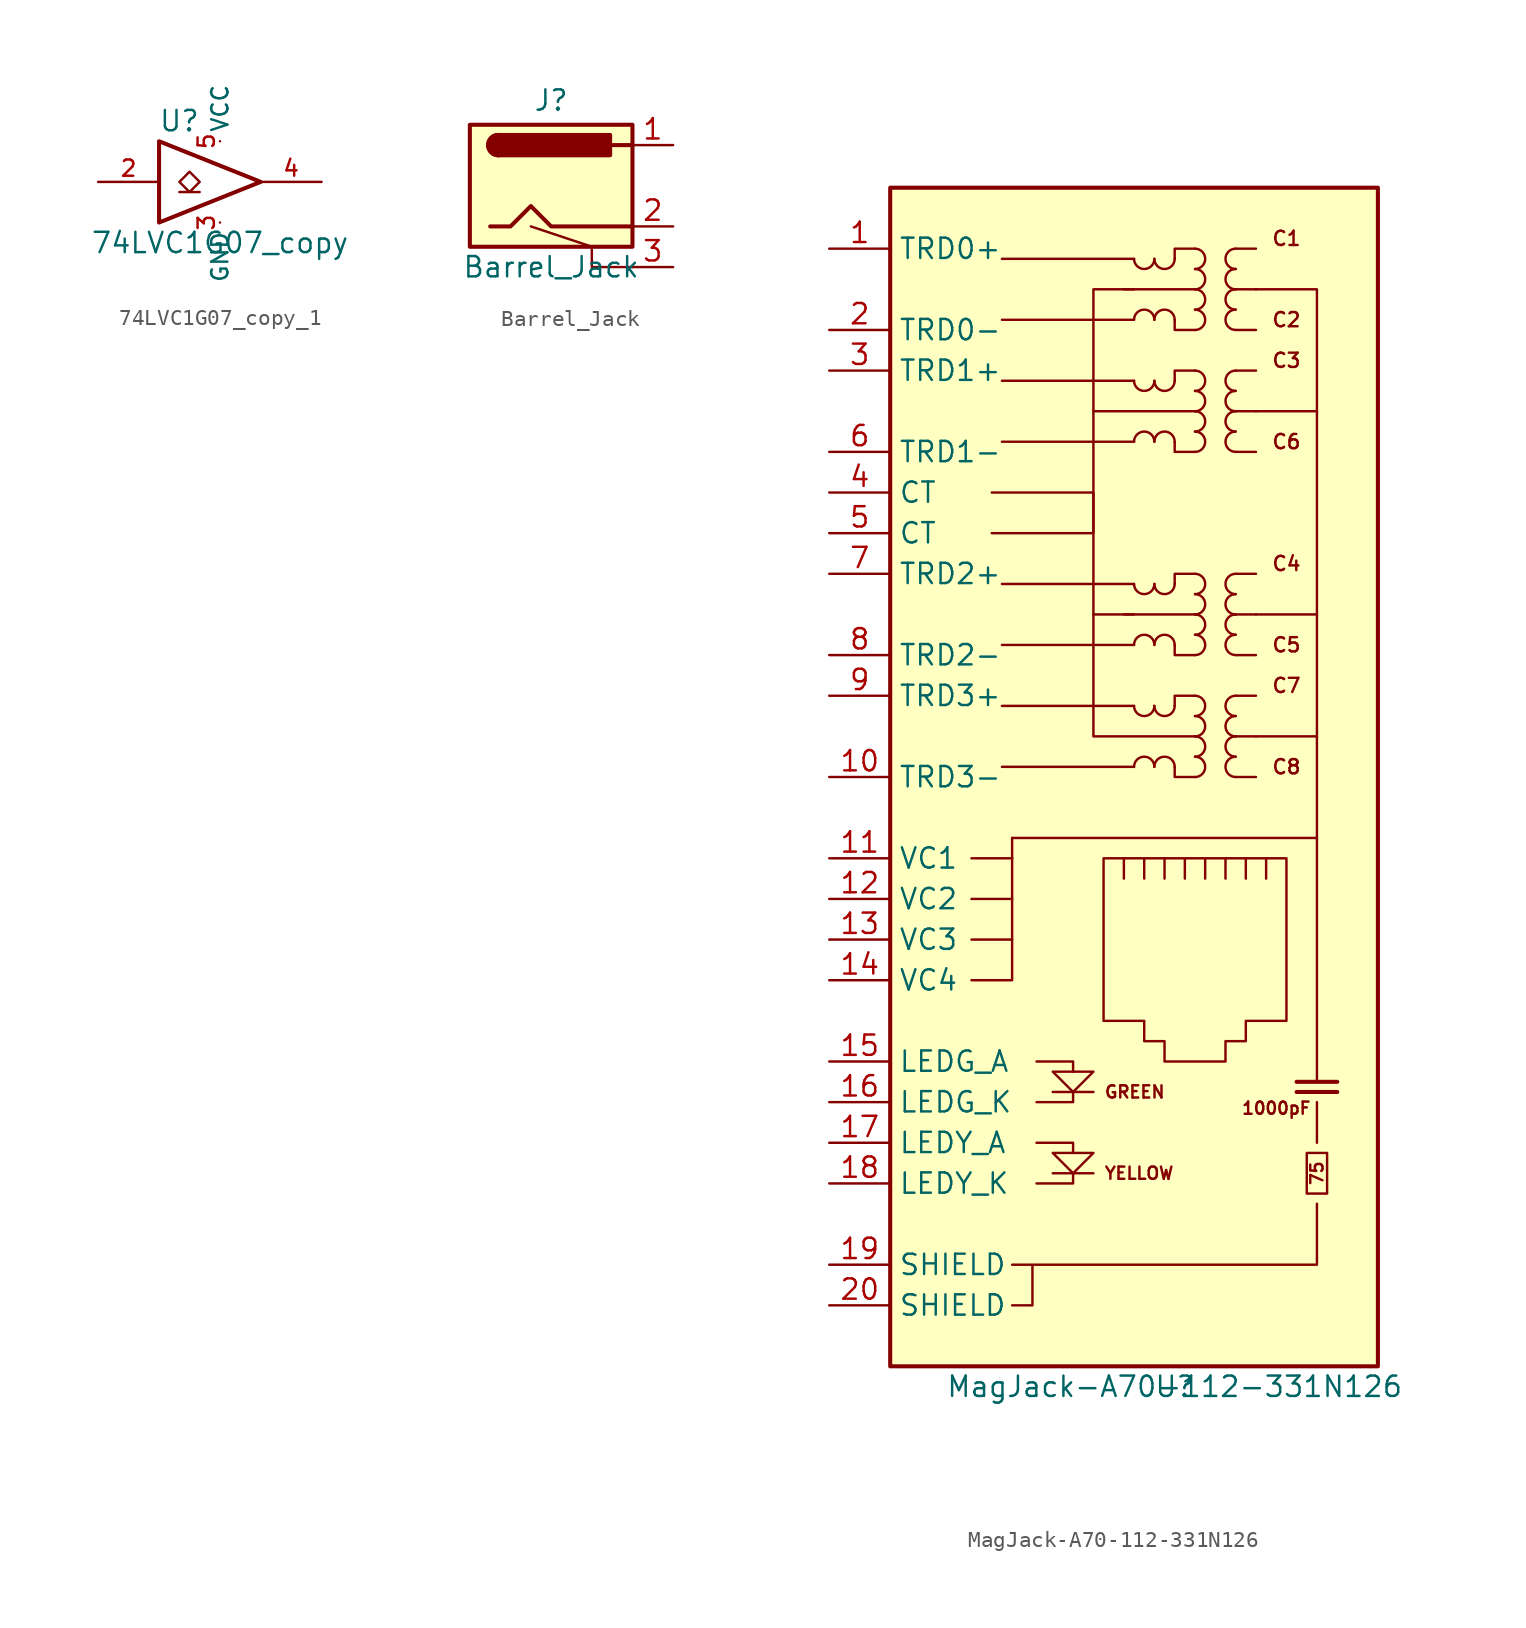
<source format=kicad_sym>
(kicad_symbol_lib
  (version 20231120)
  (generator "kicad_symbol_editor")
  (generator_version "8.0")
  (symbol "74LVC1G07_copy_1"
    (property "Reference" "U"
      (at -2.54 3.81 0)
      (effects (font (size 1.27 1.27))))
    (property "Value" "74LVC1G07_copy"
      (at 0 -3.81 0)
      (effects (font (size 1.27 1.27))))
    (symbol "74LVC1G07_copy_1_0_1"
      (polyline (pts (xy -2.54 -0.635) (xy -1.27 -0.635)) (stroke (width 0) (type default)) (fill (type none)))
      (polyline (pts (xy -3.81 2.54) (xy -3.81 -2.54) (xy 2.54 0) (xy -3.81 2.54)) (stroke (width 0.254) (type default)) (fill (type none)))
      (polyline (pts (xy -1.905 0.635) (xy -2.54 0) (xy -1.905 -0.635) (xy -1.27 0) (xy -1.905 0.635)) (stroke (width 0) (type default)) (fill (type none))))
    (symbol "74LVC1G07_copy_1_1_1"
      (pin input line (at -7.62 0 0) (length 3.81) (name "~" (effects (font (size 1.016 1.016)))) (number "2" (effects (font (size 1.016 1.016)))))
      (pin power_in line (at 0 -2.54 270) (length 0) (name "GND" (effects (font (size 1.016 1.016)))) (number "3" (effects (font (size 1.016 1.016)))))
      (pin open_collector line (at 6.35 0 180) (length 3.81) (name "~" (effects (font (size 1.016 1.016)))) (number "4" (effects (font (size 1.016 1.016)))))
      (pin power_in line (at 0 2.54 90) (length 0) (name "VCC" (effects (font (size 1.016 1.016)))) (number "5" (effects (font (size 1.016 1.016)))))))
  (symbol "Barrel_Jack"
    (property "Reference" "J"
      (at 0 5.334 0)
      (effects (font (size 1.27 1.27))))
    (property "Value" "Barrel_Jack"
      (at 0 -5.08 0)
      (effects (font (size 1.27 1.27))))
    (symbol "Barrel_Jack_0_1"
      (rectangle (start -5.08 3.81) (end 5.08 -3.81) (stroke (width 0.254) (type default)) (fill (type background)))
      (arc (start -3.302 3.175) (mid -3.9342 2.54) (end -3.302 1.905) (stroke (width 0.254) (type default)) (fill (type none)))
      (arc (start -3.302 3.175) (mid -3.9342 2.54) (end -3.302 1.905) (stroke (width 0.254) (type default)) (fill (type outline)))
      (polyline (pts (xy 5.08 2.54) (xy 3.81 2.54)) (stroke (width 0.254) (type default)) (fill (type none)))
      (polyline (pts (xy 5.08 -5.08) (xy 2.54 -5.08) (xy 2.54 -3.81) (xy -1.27 -2.54)) (stroke (width 0) (type default)) (fill (type none)))
      (polyline (pts (xy -3.81 -2.54) (xy -2.54 -2.54) (xy -1.27 -1.27) (xy 0 -2.54) (xy 2.54 -2.54) (xy 5.08 -2.54)) (stroke (width 0.254) (type default)) (fill (type none)))
      (rectangle (start 3.683 3.175) (end -3.302 1.905) (stroke (width 0.254) (type default)) (fill (type outline))))
    (symbol "Barrel_Jack_1_1"
      (pin passive line (at 7.62 2.54 180) (length 2.54) (name "~" (effects (font (size 1.27 1.27)))) (number "1" (effects (font (size 1.27 1.27)))))
      (pin passive line (at 7.62 -2.54 180) (length 2.54) (name "~" (effects (font (size 1.27 1.27)))) (number "2" (effects (font (size 1.27 1.27)))))
      (pin passive line (at 7.62 -5.08 180) (length 2.54) (name "~" (effects (font (size 1.27 1.27)))) (number "3" (effects (font (size 1.27 1.27)))))))
  (symbol "MagJack-A70-112-331N126"
    (property "Reference" "U"
      (at 0 0 0)
      (effects (font (size 1.27 1.27))))
    (property "Value" "MagJack-A70-112-331N126"
      (at 0 0 0)
      (effects (font (size 1.27 1.27))))
    (symbol "MagJack-A70-112-331N126_0_1"
      (polyline (pts (xy 1.27 40.64) (xy -5.08 40.64) (xy -5.08 48.26) (xy -2.54 48.26) (xy -5.08 48.26)) (stroke (width 0) (type default)) (fill (type none)))
      (polyline (pts (xy 1.27 60.96) (xy -5.08 60.96) (xy -5.08 68.58) (xy -2.54 68.58) (xy -5.08 68.58)) (stroke (width 0) (type default)) (fill (type none))))
    (symbol "MagJack-A70-112-331N126_1_1"
      (rectangle (start -17.78 1.27) (end 12.7 74.93) (stroke (width 0.254) (type default)) (fill (type background)))
      (arc (start -2.54 42.545) (mid -1.905 41.9127) (end -1.27 42.545) (stroke (width 0) (type default)) (fill (type none)))
      (arc (start -2.54 50.165) (mid -1.905 49.5327) (end -1.27 50.165) (stroke (width 0) (type default)) (fill (type none)))
      (arc (start -2.54 62.865) (mid -1.905 62.2327) (end -1.27 62.865) (stroke (width 0) (type default)) (fill (type none)))
      (arc (start -2.54 70.485) (mid -1.905 69.8527) (end -1.27 70.485) (stroke (width 0) (type default)) (fill (type none)))
      (arc (start -1.27 38.735) (mid -1.905 39.3672) (end -2.54 38.735) (stroke (width 0) (type default)) (fill (type none)))
      (arc (start -1.27 42.545) (mid -0.635 41.9127) (end 0 42.545) (stroke (width 0) (type default)) (fill (type none)))
      (arc (start -1.27 46.355) (mid -1.905 46.9872) (end -2.54 46.355) (stroke (width 0) (type default)) (fill (type none)))
      (arc (start -1.27 50.165) (mid -0.635 49.5327) (end 0 50.165) (stroke (width 0) (type default)) (fill (type none)))
      (arc (start -1.27 59.055) (mid -1.905 59.6872) (end -2.54 59.055) (stroke (width 0) (type default)) (fill (type none)))
      (arc (start -1.27 62.865) (mid -0.635 62.2327) (end 0 62.865) (stroke (width 0) (type default)) (fill (type none)))
      (arc (start -1.27 66.675) (mid -1.905 67.3072) (end -2.54 66.675) (stroke (width 0) (type default)) (fill (type none)))
      (arc (start -1.27 70.485) (mid -0.635 69.8527) (end 0 70.485) (stroke (width 0) (type default)) (fill (type none)))
      (polyline (pts (xy -12.7 27.94) (xy -10.16 27.94)) (stroke (width 0) (type default)) (fill (type none)))
      (polyline (pts (xy -12.7 30.48) (xy -10.16 30.48)) (stroke (width 0) (type default)) (fill (type none)))
      (polyline (pts (xy -12.7 33.02) (xy -10.16 33.02)) (stroke (width 0) (type default)) (fill (type none)))
      (polyline (pts (xy -10.16 33.02) (xy -10.16 34.29)) (stroke (width 0) (type default)) (fill (type none)))
      (polyline (pts (xy -5.08 13.335) (xy -7.62 13.335)) (stroke (width 0) (type default)) (fill (type none)))
      (polyline (pts (xy -5.08 18.415) (xy -7.62 18.415)) (stroke (width 0) (type default)) (fill (type none)))
      (polyline (pts (xy -5.08 48.26) (xy -5.08 60.96)) (stroke (width 0) (type default)) (fill (type none)))
      (polyline (pts (xy -3.175 31.75) (xy -3.175 33.02)) (stroke (width 0) (type default)) (fill (type none)))
      (polyline (pts (xy -3.175 48.26) (xy 1.27 48.26)) (stroke (width 0) (type default)) (fill (type none)))
      (polyline (pts (xy -3.175 68.58) (xy 1.27 68.58)) (stroke (width 0) (type default)) (fill (type none)))
      (polyline (pts (xy -2.54 38.735) (xy -10.795 38.735)) (stroke (width 0) (type default)) (fill (type none)))
      (polyline (pts (xy -2.54 42.545) (xy -10.795 42.545)) (stroke (width 0) (type default)) (fill (type none)))
      (polyline (pts (xy -2.54 46.355) (xy -10.795 46.355)) (stroke (width 0) (type default)) (fill (type none)))
      (polyline (pts (xy -2.54 50.165) (xy -10.795 50.165)) (stroke (width 0) (type default)) (fill (type none)))
      (polyline (pts (xy -2.54 59.055) (xy -10.795 59.055)) (stroke (width 0) (type default)) (fill (type none)))
      (polyline (pts (xy -2.54 62.865) (xy -10.795 62.865)) (stroke (width 0) (type default)) (fill (type none)))
      (polyline (pts (xy -2.54 66.675) (xy -10.795 66.675)) (stroke (width 0) (type default)) (fill (type none)))
      (polyline (pts (xy -2.54 70.485) (xy -10.795 70.485)) (stroke (width 0) (type default)) (fill (type none)))
      (polyline (pts (xy -1.905 33.02) (xy -1.905 31.75)) (stroke (width 0) (type default)) (fill (type none)))
      (polyline (pts (xy -0.635 33.02) (xy -0.635 31.75)) (stroke (width 0) (type default)) (fill (type none)))
      (polyline (pts (xy 0.635 33.02) (xy 0.635 31.75)) (stroke (width 0) (type default)) (fill (type none)))
      (polyline (pts (xy 1.905 33.02) (xy 1.905 31.75)) (stroke (width 0) (type default)) (fill (type none)))
      (polyline (pts (xy 3.175 33.02) (xy 3.175 31.75)) (stroke (width 0) (type default)) (fill (type none)))
      (polyline (pts (xy 3.81 38.1) (xy 5.08 38.1)) (stroke (width 0) (type default)) (fill (type none)))
      (polyline (pts (xy 3.81 40.64) (xy 5.08 40.64)) (stroke (width 0) (type default)) (fill (type none)))
      (polyline (pts (xy 3.81 43.18) (xy 5.08 43.18)) (stroke (width 0) (type default)) (fill (type none)))
      (polyline (pts (xy 3.81 45.72) (xy 5.08 45.72)) (stroke (width 0) (type default)) (fill (type none)))
      (polyline (pts (xy 3.81 48.26) (xy 5.08 48.26)) (stroke (width 0) (type default)) (fill (type none)))
      (polyline (pts (xy 3.81 50.8) (xy 5.08 50.8)) (stroke (width 0) (type default)) (fill (type none)))
      (polyline (pts (xy 3.81 58.42) (xy 5.08 58.42)) (stroke (width 0) (type default)) (fill (type none)))
      (polyline (pts (xy 3.81 60.96) (xy 5.08 60.96)) (stroke (width 0) (type default)) (fill (type none)))
      (polyline (pts (xy 3.81 63.5) (xy 5.08 63.5)) (stroke (width 0) (type default)) (fill (type none)))
      (polyline (pts (xy 3.81 66.04) (xy 5.08 66.04)) (stroke (width 0) (type default)) (fill (type none)))
      (polyline (pts (xy 3.81 68.58) (xy 5.08 68.58)) (stroke (width 0) (type default)) (fill (type none)))
      (polyline (pts (xy 3.81 71.12) (xy 5.08 71.12)) (stroke (width 0) (type default)) (fill (type none)))
      (polyline (pts (xy 4.445 31.75) (xy 4.445 33.02)) (stroke (width 0) (type default)) (fill (type none)))
      (polyline (pts (xy 5.08 40.64) (xy 8.89 40.64)) (stroke (width 0) (type default)) (fill (type none)))
      (polyline (pts (xy 5.08 48.26) (xy 8.89 48.26)) (stroke (width 0) (type default)) (fill (type none)))
      (polyline (pts (xy 5.08 60.96) (xy 8.89 60.96)) (stroke (width 0) (type default)) (fill (type none)))
      (polyline (pts (xy 5.715 31.75) (xy 5.715 33.02)) (stroke (width 0) (type default)) (fill (type none)))
      (polyline (pts (xy 7.62 18.415) (xy 10.16 18.415)) (stroke (width 0.254) (type default)) (fill (type none)))
      (polyline (pts (xy 7.62 19.05) (xy 10.16 19.05)) (stroke (width 0.254) (type default)) (fill (type none)))
      (polyline (pts (xy 8.89 15.24) (xy 8.89 17.78)) (stroke (width 0) (type default)) (fill (type none)))
      (polyline (pts (xy 8.89 19.05) (xy 8.89 34.29)) (stroke (width 0) (type default)) (fill (type none)))
      (polyline (pts (xy -10.16 33.02) (xy -10.16 25.4) (xy -12.7 25.4)) (stroke (width 0) (type default)) (fill (type none)))
      (polyline (pts (xy -8.636 12.7) (xy -6.35 12.7) (xy -6.35 13.335)) (stroke (width 0) (type default)) (fill (type none)))
      (polyline (pts (xy -8.636 15.24) (xy -6.35 15.24) (xy -6.35 14.605)) (stroke (width 0) (type default)) (fill (type none)))
      (polyline (pts (xy -8.636 20.32) (xy -6.35 20.32) (xy -6.35 19.685)) (stroke (width 0) (type default)) (fill (type none)))
      (polyline (pts (xy -6.35 18.415) (xy -6.35 17.78) (xy -8.636 17.78)) (stroke (width 0) (type default)) (fill (type none)))
      (polyline (pts (xy 0 38.735) (xy 0 38.1) (xy 1.27 38.1)) (stroke (width 0) (type default)) (fill (type none)))
      (polyline (pts (xy 0 46.355) (xy 0 45.72) (xy 1.27 45.72)) (stroke (width 0) (type default)) (fill (type none)))
      (polyline (pts (xy 0 59.055) (xy 0 58.42) (xy 1.27 58.42)) (stroke (width 0) (type default)) (fill (type none)))
      (polyline (pts (xy 0 66.675) (xy 0 66.04) (xy 1.27 66.04)) (stroke (width 0) (type default)) (fill (type none)))
      (polyline (pts (xy 1.27 43.18) (xy 0 43.18) (xy 0 42.545)) (stroke (width 0) (type default)) (fill (type none)))
      (polyline (pts (xy 1.27 50.8) (xy 0 50.8) (xy 0 50.165)) (stroke (width 0) (type default)) (fill (type none)))
      (polyline (pts (xy 1.27 63.5) (xy 0 63.5) (xy 0 62.865)) (stroke (width 0) (type default)) (fill (type none)))
      (polyline (pts (xy 1.27 71.12) (xy 0 71.12) (xy 0 70.485)) (stroke (width 0) (type default)) (fill (type none)))
      (polyline (pts (xy -11.43 53.34) (xy -5.08 53.34) (xy -5.08 55.88) (xy -11.43 55.88)) (stroke (width 0) (type default)) (fill (type none)))
      (polyline (pts (xy -10.16 34.29) (xy 8.89 34.29) (xy 8.89 68.58) (xy 5.08 68.58)) (stroke (width 0) (type default)) (fill (type none)))
      (polyline (pts (xy -7.62 19.685) (xy -5.08 19.685) (xy -6.35 18.415) (xy -7.62 19.685)) (stroke (width 0) (type default)) (fill (type none)))
      (polyline (pts (xy -5.08 14.605) (xy -7.62 14.605) (xy -6.35 13.335) (xy -5.08 14.605)) (stroke (width 0) (type default)) (fill (type none)))
      (polyline (pts (xy -10.16 5.08) (xy -8.89 5.08) (xy -8.89 7.62) (xy -10.16 7.62) (xy -8.89 7.62) (xy 8.89 7.62) (xy 8.89 11.43)) (stroke (width 0) (type default)) (fill (type none)))
      (polyline (pts (xy -4.445 33.02) (xy 6.985 33.02) (xy 6.985 22.86) (xy 4.445 22.86) (xy 4.445 21.59) (xy 3.175 21.59) (xy 3.175 20.32) (xy -0.635 20.32) (xy -0.635 21.59) (xy -1.905 21.59) (xy -1.905 22.86) (xy -4.445 22.86) (xy -4.445 33.02)) (stroke (width 0) (type default)) (fill (type none)))
      (arc (start 0 38.735) (mid -0.635 39.3672) (end -1.27 38.735) (stroke (width 0) (type default)) (fill (type none)))
      (arc (start 0 46.355) (mid -0.635 46.9872) (end -1.27 46.355) (stroke (width 0) (type default)) (fill (type none)))
      (arc (start 0 59.055) (mid -0.635 59.6872) (end -1.27 59.055) (stroke (width 0) (type default)) (fill (type none)))
      (arc (start 0 66.675) (mid -0.635 67.3072) (end -1.27 66.675) (stroke (width 0) (type default)) (fill (type none)))
      (arc (start 1.27 38.1) (mid 1.9022 38.735) (end 1.27 39.37) (stroke (width 0) (type default)) (fill (type none)))
      (arc (start 1.27 39.37) (mid 1.9022 40.005) (end 1.27 40.64) (stroke (width 0) (type default)) (fill (type none)))
      (arc (start 1.27 40.64) (mid 1.9022 41.275) (end 1.27 41.91) (stroke (width 0) (type default)) (fill (type none)))
      (arc (start 1.27 41.91) (mid 1.9022 42.545) (end 1.27 43.18) (stroke (width 0) (type default)) (fill (type none)))
      (arc (start 1.27 45.72) (mid 1.9022 46.355) (end 1.27 46.99) (stroke (width 0) (type default)) (fill (type none)))
      (arc (start 1.27 46.99) (mid 1.9022 47.625) (end 1.27 48.26) (stroke (width 0) (type default)) (fill (type none)))
      (arc (start 1.27 48.26) (mid 1.9022 48.895) (end 1.27 49.53) (stroke (width 0) (type default)) (fill (type none)))
      (arc (start 1.27 49.53) (mid 1.9022 50.165) (end 1.27 50.8) (stroke (width 0) (type default)) (fill (type none)))
      (arc (start 1.27 58.42) (mid 1.9022 59.055) (end 1.27 59.69) (stroke (width 0) (type default)) (fill (type none)))
      (arc (start 1.27 59.69) (mid 1.9022 60.325) (end 1.27 60.96) (stroke (width 0) (type default)) (fill (type none)))
      (arc (start 1.27 60.96) (mid 1.9022 61.595) (end 1.27 62.23) (stroke (width 0) (type default)) (fill (type none)))
      (arc (start 1.27 62.23) (mid 1.9022 62.865) (end 1.27 63.5) (stroke (width 0) (type default)) (fill (type none)))
      (arc (start 1.27 66.04) (mid 1.9022 66.675) (end 1.27 67.31) (stroke (width 0) (type default)) (fill (type none)))
      (arc (start 1.27 67.31) (mid 1.9022 67.945) (end 1.27 68.58) (stroke (width 0) (type default)) (fill (type none)))
      (arc (start 1.27 68.58) (mid 1.9022 69.215) (end 1.27 69.85) (stroke (width 0) (type default)) (fill (type none)))
      (arc (start 1.27 69.85) (mid 1.9022 70.485) (end 1.27 71.12) (stroke (width 0) (type default)) (fill (type none)))
      (arc (start 3.81 39.37) (mid 3.1777 38.735) (end 3.81 38.1) (stroke (width 0) (type default)) (fill (type none)))
      (arc (start 3.81 40.64) (mid 3.1777 40.005) (end 3.81 39.37) (stroke (width 0) (type default)) (fill (type none)))
      (arc (start 3.81 41.91) (mid 3.1777 41.275) (end 3.81 40.64) (stroke (width 0) (type default)) (fill (type none)))
      (arc (start 3.81 43.18) (mid 3.1777 42.545) (end 3.81 41.91) (stroke (width 0) (type default)) (fill (type none)))
      (arc (start 3.81 46.99) (mid 3.1777 46.355) (end 3.81 45.72) (stroke (width 0) (type default)) (fill (type none)))
      (arc (start 3.81 48.26) (mid 3.1777 47.625) (end 3.81 46.99) (stroke (width 0) (type default)) (fill (type none)))
      (arc (start 3.81 49.53) (mid 3.1777 48.895) (end 3.81 48.26) (stroke (width 0) (type default)) (fill (type none)))
      (arc (start 3.81 50.8) (mid 3.1777 50.165) (end 3.81 49.53) (stroke (width 0) (type default)) (fill (type none)))
      (arc (start 3.81 59.69) (mid 3.1777 59.055) (end 3.81 58.42) (stroke (width 0) (type default)) (fill (type none)))
      (arc (start 3.81 60.96) (mid 3.1777 60.325) (end 3.81 59.69) (stroke (width 0) (type default)) (fill (type none)))
      (arc (start 3.81 62.23) (mid 3.1777 61.595) (end 3.81 60.96) (stroke (width 0) (type default)) (fill (type none)))
      (arc (start 3.81 63.5) (mid 3.1777 62.865) (end 3.81 62.23) (stroke (width 0) (type default)) (fill (type none)))
      (arc (start 3.81 67.31) (mid 3.1777 66.675) (end 3.81 66.04) (stroke (width 0) (type default)) (fill (type none)))
      (arc (start 3.81 68.58) (mid 3.1777 67.945) (end 3.81 67.31) (stroke (width 0) (type default)) (fill (type none)))
      (arc (start 3.81 69.85) (mid 3.1777 69.215) (end 3.81 68.58) (stroke (width 0) (type default)) (fill (type none)))
      (arc (start 3.81 71.12) (mid 3.1777 70.485) (end 3.81 69.85) (stroke (width 0) (type default)) (fill (type none)))
      (rectangle (start 9.525 12.065) (end 8.255 14.605) (stroke (width 0) (type default)) (fill (type none)))
      (text "1000pF" (at 6.35 17.399 0) (effects (font (size 0.762 0.762))))
      (text "75" (at 8.89 13.335 900) (effects (font (size 0.762 0.762))))
      (text "C1" (at 6.985 71.755 0) (effects (font (size 0.889 0.889))))
      (text "C2" (at 6.985 66.675 0) (effects (font (size 0.889 0.889))))
      (text "C3" (at 6.985 64.135 0) (effects (font (size 0.889 0.889))))
      (text "C4" (at 6.985 51.435 0) (effects (font (size 0.889 0.889))))
      (text "C5" (at 6.985 46.355 0) (effects (font (size 0.889 0.889))))
      (text "C6" (at 6.985 59.055 0) (effects (font (size 0.889 0.889))))
      (text "C7" (at 6.985 43.815 0) (effects (font (size 0.889 0.889))))
      (text "C8" (at 6.985 38.735 0) (effects (font (size 0.889 0.889))))
      (text "GREEN" (at -4.445 18.415 0) (effects (font (size 0.762 0.762)) (justify left)))
      (text "YELLOW" (at -4.445 13.335 0) (effects (font (size 0.762 0.762)) (justify left)))
      (pin passive line (at -21.59 71.12 0) (length 3.81) (name "TRD0+" (effects (font (size 1.27 1.27)))) (number "1" (effects (font (size 1.27 1.27)))))
      (pin passive line (at -21.59 38.1 0) (length 3.81) (name "TRD3-" (effects (font (size 1.27 1.27)))) (number "10" (effects (font (size 1.27 1.27)))))
      (pin passive line (at -21.59 33.02 0) (length 3.81) (name "VC1" (effects (font (size 1.27 1.27)))) (number "11" (effects (font (size 1.27 1.27)))))
      (pin passive line (at -21.59 30.48 0) (length 3.81) (name "VC2" (effects (font (size 1.27 1.27)))) (number "12" (effects (font (size 1.27 1.27)))))
      (pin passive line (at -21.59 27.94 0) (length 3.81) (name "VC3" (effects (font (size 1.27 1.27)))) (number "13" (effects (font (size 1.27 1.27)))))
      (pin passive line (at -21.59 25.4 0) (length 3.81) (name "VC4" (effects (font (size 1.27 1.27)))) (number "14" (effects (font (size 1.27 1.27)))))
      (pin passive line (at -21.59 20.32 0) (length 3.81) (name "LEDG_A" (effects (font (size 1.27 1.27)))) (number "15" (effects (font (size 1.27 1.27)))))
      (pin passive line (at -21.59 17.78 0) (length 3.81) (name "LEDG_K" (effects (font (size 1.27 1.27)))) (number "16" (effects (font (size 1.27 1.27)))))
      (pin passive line (at -21.59 15.24 0) (length 3.81) (name "LEDY_A" (effects (font (size 1.27 1.27)))) (number "17" (effects (font (size 1.27 1.27)))))
      (pin passive line (at -21.59 12.7 0) (length 3.81) (name "LEDY_K" (effects (font (size 1.27 1.27)))) (number "18" (effects (font (size 1.27 1.27)))))
      (pin passive line (at -21.59 7.62 0) (length 3.81) (name "SHIELD" (effects (font (size 1.27 1.27)))) (number "19" (effects (font (size 1.27 1.27)))))
      (pin passive line (at -21.59 66.04 0) (length 3.81) (name "TRD0-" (effects (font (size 1.27 1.27)))) (number "2" (effects (font (size 1.27 1.27)))))
      (pin passive line (at -21.59 5.08 0) (length 3.81) (name "SHIELD" (effects (font (size 1.27 1.27)))) (number "20" (effects (font (size 1.27 1.27)))))
      (pin passive line (at -21.59 63.5 0) (length 3.81) (name "TRD1+" (effects (font (size 1.27 1.27)))) (number "3" (effects (font (size 1.27 1.27)))))
      (pin passive line (at -21.59 55.88 0) (length 3.81) (name "CT" (effects (font (size 1.27 1.27)))) (number "4" (effects (font (size 1.27 1.27)))))
      (pin passive line (at -21.59 53.34 0) (length 3.81) (name "CT" (effects (font (size 1.27 1.27)))) (number "5" (effects (font (size 1.27 1.27)))))
      (pin passive line (at -21.59 58.42 0) (length 3.81) (name "TRD1-" (effects (font (size 1.27 1.27)))) (number "6" (effects (font (size 1.27 1.27)))))
      (pin passive line (at -21.59 50.8 0) (length 3.81) (name "TRD2+" (effects (font (size 1.27 1.27)))) (number "7" (effects (font (size 1.27 1.27)))))
      (pin passive line (at -21.59 45.72 0) (length 3.81) (name "TRD2-" (effects (font (size 1.27 1.27)))) (number "8" (effects (font (size 1.27 1.27)))))
      (pin passive line (at -21.59 43.18 0) (length 3.81) (name "TRD3+" (effects (font (size 1.27 1.27)))) (number "9" (effects (font (size 1.27 1.27))))))))
</source>
